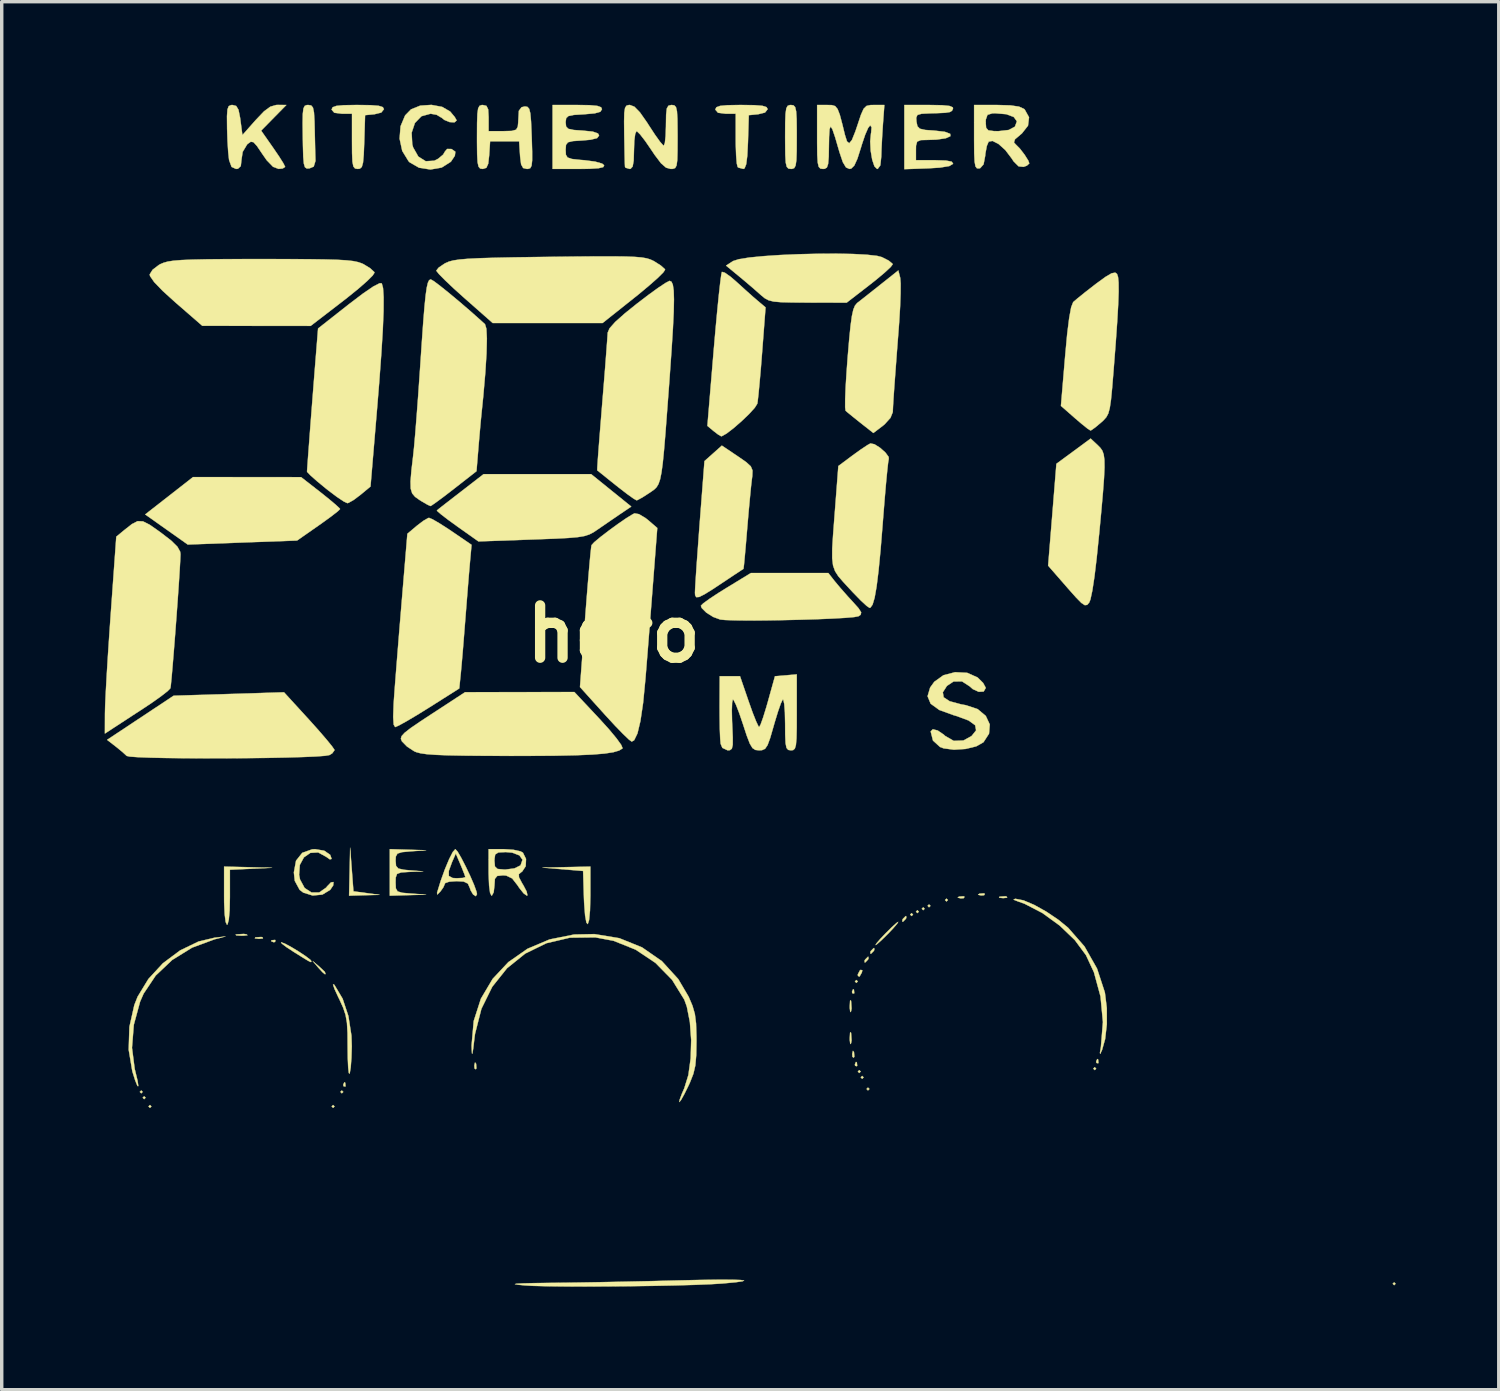
<source format=kicad_pcb>
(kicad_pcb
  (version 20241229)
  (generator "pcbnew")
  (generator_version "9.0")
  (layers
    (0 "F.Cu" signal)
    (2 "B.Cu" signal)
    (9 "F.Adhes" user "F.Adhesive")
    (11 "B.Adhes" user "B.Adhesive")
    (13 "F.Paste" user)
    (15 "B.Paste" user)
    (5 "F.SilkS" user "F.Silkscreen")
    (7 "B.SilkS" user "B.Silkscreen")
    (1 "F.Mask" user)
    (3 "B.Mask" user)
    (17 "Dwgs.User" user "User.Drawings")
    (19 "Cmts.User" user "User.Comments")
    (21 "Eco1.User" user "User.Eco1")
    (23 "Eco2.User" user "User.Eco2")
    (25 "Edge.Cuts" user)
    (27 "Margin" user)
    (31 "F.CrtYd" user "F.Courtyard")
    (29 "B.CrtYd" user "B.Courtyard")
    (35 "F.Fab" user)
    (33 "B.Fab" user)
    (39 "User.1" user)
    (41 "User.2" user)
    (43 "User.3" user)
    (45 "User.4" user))
  (footprint "hero"
    (layer "F.Cu")
    (at 14.822 15.417)
    (property "Reference" "hero" (at 0 0 0) (layer "F.SilkS") (effects (font (size 1.524 1.524) (thickness 0.3))))
    (attr through_hole)
    (fp_poly (pts (xy -13.716 13.335) (xy -13.758 13.377) (xy -13.801 13.335) (xy -13.758 13.293) (xy -13.716 13.335)) (stroke (width 0.01) (type solid)) (fill yes) (layer "F.SilkS"))
    (fp_poly (pts (xy -13.631 13.504) (xy -13.674 13.547) (xy -13.716 13.504) (xy -13.674 13.462) (xy -13.631 13.504)) (stroke (width 0.01) (type solid)) (fill yes) (layer "F.SilkS"))
    (fp_poly (pts (xy -13.462 13.758) (xy -13.504 13.801) (xy -13.547 13.758) (xy -13.504 13.716) (xy -13.462 13.758)) (stroke (width 0.01) (type solid)) (fill yes) (layer "F.SilkS"))
    (fp_poly (pts (xy -8.128 13.758) (xy -8.17 13.801) (xy -8.213 13.758) (xy -8.17 13.716) (xy -8.128 13.758)) (stroke (width 0.01) (type solid)) (fill yes) (layer "F.SilkS"))
    (fp_poly (pts (xy -7.874 13.335) (xy -7.916 13.377) (xy -7.959 13.335) (xy -7.916 13.293) (xy -7.874 13.335)) (stroke (width 0.01) (type solid)) (fill yes) (layer "F.SilkS"))
    (fp_poly (pts (xy 7.112 10.118) (xy 7.07 10.16) (xy 7.027 10.118) (xy 7.07 10.075) (xy 7.112 10.118)) (stroke (width 0.01) (type solid)) (fill yes) (layer "F.SilkS"))
    (fp_poly (pts (xy 7.197 12.742) (xy 7.154 12.785) (xy 7.112 12.742) (xy 7.154 12.7) (xy 7.197 12.742)) (stroke (width 0.01) (type solid)) (fill yes) (layer "F.SilkS"))
    (fp_poly (pts (xy 7.281 12.912) (xy 7.239 12.954) (xy 7.197 12.912) (xy 7.239 12.869) (xy 7.281 12.912)) (stroke (width 0.01) (type solid)) (fill yes) (layer "F.SilkS"))
    (fp_poly (pts (xy 7.451 13.25) (xy 7.408 13.293) (xy 7.366 13.25) (xy 7.408 13.208) (xy 7.451 13.25)) (stroke (width 0.01) (type solid)) (fill yes) (layer "F.SilkS"))
    (fp_poly (pts (xy 8.721 8.17) (xy 8.678 8.213) (xy 8.636 8.17) (xy 8.678 8.128) (xy 8.721 8.17)) (stroke (width 0.01) (type solid)) (fill yes) (layer "F.SilkS"))
    (fp_poly (pts (xy 8.89 8.086) (xy 8.848 8.128) (xy 8.805 8.086) (xy 8.848 8.043) (xy 8.89 8.086)) (stroke (width 0.01) (type solid)) (fill yes) (layer "F.SilkS"))
    (fp_poly (pts (xy 9.059 8.001) (xy 9.017 8.043) (xy 8.975 8.001) (xy 9.017 7.959) (xy 9.059 8.001)) (stroke (width 0.01) (type solid)) (fill yes) (layer "F.SilkS"))
    (fp_poly (pts (xy 9.229 7.916) (xy 9.186 7.959) (xy 9.144 7.916) (xy 9.186 7.874) (xy 9.229 7.916)) (stroke (width 0.01) (type solid)) (fill yes) (layer "F.SilkS"))
    (fp_poly (pts (xy 9.737 7.747) (xy 9.694 7.789) (xy 9.652 7.747) (xy 9.694 7.705) (xy 9.737 7.747)) (stroke (width 0.01) (type solid)) (fill yes) (layer "F.SilkS"))
    (fp_poly (pts (xy 14.055 12.658) (xy 14.012 12.7) (xy 13.97 12.658) (xy 14.012 12.615) (xy 14.055 12.658)) (stroke (width 0.01) (type solid)) (fill yes) (layer "F.SilkS"))
    (fp_poly (pts (xy 22.775 18.923) (xy 22.733 18.965) (xy 22.691 18.923) (xy 22.733 18.881) (xy 22.775 18.923)) (stroke (width 0.01) (type solid)) (fill yes) (layer "F.SilkS"))
    (fp_poly (pts (xy -10.223 8.834) (xy -10.213 8.865) (xy -10.329 8.877) (xy -10.45 8.863) (xy -10.435 8.834) (xy -10.262 8.823) (xy -10.223 8.834)) (stroke (width 0.01) (type solid)) (fill yes) (layer "F.SilkS"))
    (fp_poly (pts (xy -9.85 8.918) (xy -9.861 8.969) (xy -9.906 8.975) (xy -9.976 8.944) (xy -9.962 8.918) (xy -9.862 8.908) (xy -9.85 8.918)) (stroke (width 0.01) (type solid)) (fill yes) (layer "F.SilkS"))
    (fp_poly (pts (xy -7.818 13.067) (xy -7.807 13.167) (xy -7.818 13.18) (xy -7.868 13.168) (xy -7.874 13.123) (xy -7.843 13.054) (xy -7.818 13.067)) (stroke (width 0.01) (type solid)) (fill yes) (layer "F.SilkS"))
    (fp_poly (pts (xy -4.006 12.515) (xy -3.996 12.647) (xy -4.013 12.677) (xy -4.051 12.652) (xy -4.057 12.566) (xy -4.037 12.476) (xy -4.006 12.515)) (stroke (width 0.01) (type solid)) (fill yes) (layer "F.SilkS"))
    (fp_poly (pts (xy 6.999 10.358) (xy 7.009 10.458) (xy 6.999 10.47) (xy 6.949 10.459) (xy 6.943 10.414) (xy 6.974 10.344) (xy 6.999 10.358)) (stroke (width 0.01) (type solid)) (fill yes) (layer "F.SilkS"))
    (fp_poly (pts (xy 7.001 12.176) (xy 7.011 12.308) (xy 6.994 12.338) (xy 6.955 12.313) (xy 6.949 12.227) (xy 6.97 12.137) (xy 7.001 12.176)) (stroke (width 0.01) (type solid)) (fill yes) (layer "F.SilkS"))
    (fp_poly (pts (xy 7.084 12.474) (xy 7.094 12.575) (xy 7.084 12.587) (xy 7.033 12.575) (xy 7.027 12.531) (xy 7.058 12.461) (xy 7.084 12.474)) (stroke (width 0.01) (type solid)) (fill yes) (layer "F.SilkS"))
    (fp_poly (pts (xy 10.222 7.654) (xy 10.196 7.692) (xy 10.111 7.698) (xy 10.02 7.677) (xy 10.059 7.647) (xy 10.192 7.637) (xy 10.222 7.654)) (stroke (width 0.01) (type solid)) (fill yes) (layer "F.SilkS"))
    (fp_poly (pts (xy 10.814 7.569) (xy 10.789 7.607) (xy 10.703 7.613) (xy 10.613 7.593) (xy 10.652 7.562) (xy 10.784 7.552) (xy 10.814 7.569)) (stroke (width 0.01) (type solid)) (fill yes) (layer "F.SilkS"))
    (fp_poly (pts (xy 11.451 7.649) (xy 11.462 7.679) (xy 11.345 7.691) (xy 11.225 7.678) (xy 11.239 7.649) (xy 11.413 7.637) (xy 11.451 7.649)) (stroke (width 0.01) (type solid)) (fill yes) (layer "F.SilkS"))
    (fp_poly (pts (xy 14.111 12.39) (xy 14.121 12.49) (xy 14.111 12.502) (xy 14.061 12.491) (xy 14.055 12.446) (xy 14.086 12.376) (xy 14.111 12.39)) (stroke (width 0.01) (type solid)) (fill yes) (layer "F.SilkS"))
    (fp_poly (pts (xy -8.572 9.686) (xy -8.413 9.836) (xy -8.389 9.902) (xy -8.411 9.906) (xy -8.48 9.849) (xy -8.602 9.716) (xy -8.763 9.525) (xy -8.572 9.686)) (stroke (width 0.01) (type solid)) (fill yes) (layer "F.SilkS"))
    (fp_poly (pts (xy 7.244 9.793) (xy 7.229 9.859) (xy 7.161 9.978) (xy 7.116 9.958) (xy 7.112 9.911) (xy 7.173 9.796) (xy 7.196 9.78) (xy 7.244 9.793)) (stroke (width 0.01) (type solid)) (fill yes) (layer "F.SilkS"))
    (fp_poly (pts (xy -10.689 8.747) (xy -10.663 8.772) (xy -10.78 8.785) (xy -10.837 8.786) (xy -10.991 8.777) (xy -11.01 8.755) (xy -10.986 8.747) (xy -10.771 8.734) (xy -10.689 8.747)) (stroke (width 0.01) (type solid)) (fill yes) (layer "F.SilkS"))
    (fp_poly (pts (xy -7.626 6.858) (xy -7.578 7.493) (xy -7.197 7.544) (xy -6.816 7.595) (xy -7.26 7.607) (xy -7.705 7.62) (xy -7.689 6.921) (xy -7.674 6.223) (xy -7.626 6.858)) (stroke (width 0.01) (type solid)) (fill yes) (layer "F.SilkS"))
    (fp_poly (pts (xy 6.916 10.689) (xy 6.93 10.904) (xy 6.916 10.986) (xy 6.892 11.012) (xy 6.878 10.895) (xy 6.878 10.837) (xy 6.886 10.683) (xy 6.908 10.665) (xy 6.916 10.689)) (stroke (width 0.01) (type solid)) (fill yes) (layer "F.SilkS"))
    (fp_poly (pts (xy 6.916 11.62) (xy 6.93 11.835) (xy 6.916 11.917) (xy 6.892 11.943) (xy 6.878 11.826) (xy 6.878 11.769) (xy 6.886 11.615) (xy 6.908 11.596) (xy 6.916 11.62)) (stroke (width 0.01) (type solid)) (fill yes) (layer "F.SilkS"))
    (fp_poly (pts (xy 7.424 9.453) (xy 7.408 9.483) (xy 7.329 9.564) (xy 7.314 9.567) (xy 7.308 9.513) (xy 7.324 9.483) (xy 7.403 9.402) (xy 7.418 9.398) (xy 7.424 9.453)) (stroke (width 0.01) (type solid)) (fill yes) (layer "F.SilkS"))
    (fp_poly (pts (xy 7.593 9.199) (xy 7.578 9.229) (xy 7.498 9.31) (xy 7.483 9.313) (xy 7.477 9.259) (xy 7.493 9.229) (xy 7.573 9.148) (xy 7.588 9.144) (xy 7.593 9.199)) (stroke (width 0.01) (type solid)) (fill yes) (layer "F.SilkS"))
    (fp_poly (pts (xy 8.525 8.267) (xy 8.509 8.297) (xy 8.429 8.378) (xy 8.414 8.382) (xy 8.409 8.327) (xy 8.424 8.297) (xy 8.504 8.216) (xy 8.519 8.213) (xy 8.525 8.267)) (stroke (width 0.01) (type solid)) (fill yes) (layer "F.SilkS"))
    (fp_poly (pts (xy -0.677 7.62) (xy -0.688 8.053) (xy -0.715 8.33) (xy -0.753 8.448) (xy -0.793 8.405) (xy -0.831 8.199) (xy -0.859 7.828) (xy -0.865 7.684) (xy -0.889 6.9) (xy -2.074 6.803) (xy -0.677 6.773) (xy -0.677 7.62)) (stroke (width 0.01) (type solid)) (fill yes) (layer "F.SilkS"))
    (fp_poly (pts (xy 8.259 8.436) (xy 8.138 8.576) (xy 8.001 8.721) (xy 7.813 8.906) (xy 7.675 9.029) (xy 7.628 9.059) (xy 7.658 9.005) (xy 7.779 8.865) (xy 7.916 8.721) (xy 8.104 8.535) (xy 8.242 8.412) (xy 8.289 8.382) (xy 8.259 8.436)) (stroke (width 0.01) (type solid)) (fill yes) (layer "F.SilkS"))
    (fp_poly (pts (xy -9.948 6.807) (xy -10.562 6.836) (xy -11.176 6.865) (xy -11.176 7.666) (xy -11.184 8.044) (xy -11.208 8.316) (xy -11.244 8.454) (xy -11.261 8.467) (xy -11.3 8.386) (xy -11.328 8.161) (xy -11.344 7.815) (xy -11.345 7.62) (xy -11.345 6.773) (xy -9.948 6.807)) (stroke (width 0.01) (type solid)) (fill yes) (layer "F.SilkS"))
    (fp_poly (pts (xy -9.575 9.016) (xy -9.384 9.119) (xy -9.163 9.253) (xy -8.962 9.387) (xy -8.83 9.489) (xy -8.805 9.523) (xy -8.806 9.55) (xy -8.831 9.551) (xy -8.91 9.509) (xy -9.074 9.409) (xy -9.31 9.262) (xy -9.531 9.117) (xy -9.666 9.014) (xy -9.686 8.975) (xy -9.575 9.016)) (stroke (width 0.01) (type solid)) (fill yes) (layer "F.SilkS"))
    (fp_poly (pts (xy -10.676 -4.571) (xy -9.102 -4.57) (xy -8.534 -4.127) (xy -8.277 -3.921) (xy -8.081 -3.755) (xy -7.976 -3.656) (xy -7.967 -3.641) (xy -8.032 -3.577) (xy -8.206 -3.441) (xy -8.457 -3.258) (xy -8.594 -3.161) (xy -9.22 -2.724) (xy -10.812 -2.666) (xy -12.404 -2.607) (xy -13.023 -3.045) (xy -13.643 -3.484) (xy -12.25 -4.572) (xy -10.676 -4.571)) (stroke (width 0.01) (type solid)) (fill yes) (layer "F.SilkS"))
    (fp_poly (pts (xy -8.127 10.227) (xy -7.893 10.62) (xy -7.725 11.126) (xy -7.636 11.697) (xy -7.626 12.005) (xy -7.636 12.338) (xy -7.657 12.618) (xy -7.685 12.79) (xy -7.689 12.803) (xy -7.712 12.785) (xy -7.731 12.625) (xy -7.743 12.351) (xy -7.747 12.038) (xy -7.75 11.622) (xy -7.767 11.324) (xy -7.807 11.094) (xy -7.878 10.881) (xy -7.99 10.634) (xy -8.017 10.581) (xy -8.129 10.337) (xy -8.174 10.207) (xy -8.145 10.206) (xy -8.127 10.227)) (stroke (width 0.01) (type solid)) (fill yes) (layer "F.SilkS"))
    (fp_poly (pts (xy -8.809 -15.396) (xy -8.757 -15.334) (xy -8.727 -15.19) (xy -8.712 -14.932) (xy -8.706 -14.69) (xy -8.698 -14.334) (xy -8.691 -14.024) (xy -8.685 -13.814) (xy -8.684 -13.78) (xy -8.735 -13.615) (xy -8.859 -13.563) (xy -8.938 -13.56) (xy -8.99 -13.596) (xy -9.022 -13.701) (xy -9.04 -13.901) (xy -9.049 -14.227) (xy -9.053 -14.473) (xy -9.058 -14.882) (xy -9.053 -15.15) (xy -9.034 -15.308) (xy -8.996 -15.384) (xy -8.934 -15.408) (xy -8.894 -15.409) (xy -8.809 -15.396)) (stroke (width 0.01) (type solid)) (fill yes) (layer "F.SilkS"))
    (fp_poly (pts (xy -5.461 6.297) (xy -5.905 6.328) (xy -6.164 6.352) (xy -6.296 6.394) (xy -6.344 6.482) (xy -6.35 6.604) (xy -6.337 6.753) (xy -6.269 6.83) (xy -6.102 6.866) (xy -5.948 6.88) (xy -5.546 6.912) (xy -5.948 6.927) (xy -6.19 6.943) (xy -6.308 6.986) (xy -6.347 7.093) (xy -6.35 7.235) (xy -6.343 7.405) (xy -6.293 7.495) (xy -6.158 7.536) (xy -5.905 7.558) (xy -5.461 7.589) (xy -6.519 7.62) (xy -6.519 6.265) (xy -5.461 6.297)) (stroke (width 0.01) (type solid)) (fill yes) (layer "F.SilkS"))
    (fp_poly (pts (xy 5.239 -15.399) (xy 5.287 -15.347) (xy 5.316 -15.225) (xy 5.33 -15.004) (xy 5.334 -14.654) (xy 5.334 -14.478) (xy 5.332 -14.07) (xy 5.323 -13.803) (xy 5.3 -13.646) (xy 5.26 -13.571) (xy 5.197 -13.548) (xy 5.165 -13.547) (xy 5.091 -13.557) (xy 5.042 -13.609) (xy 5.013 -13.731) (xy 5 -13.952) (xy 4.996 -14.302) (xy 4.995 -14.478) (xy 4.997 -14.886) (xy 5.007 -15.153) (xy 5.029 -15.31) (xy 5.069 -15.385) (xy 5.133 -15.408) (xy 5.165 -15.409) (xy 5.239 -15.399)) (stroke (width 0.01) (type solid)) (fill yes) (layer "F.SilkS"))
    (fp_poly (pts (xy -11.624 8.891) (xy -12.277 9.133) (xy -12.857 9.492) (xy -13.337 9.946) (xy -13.69 10.474) (xy -13.792 10.707) (xy -13.975 11.381) (xy -14.028 12.051) (xy -13.948 12.671) (xy -13.94 12.7) (xy -13.865 13.011) (xy -13.843 13.166) (xy -13.868 13.164) (xy -13.935 13) (xy -14.018 12.737) (xy -14.124 12.106) (xy -14.103 11.441) (xy -13.96 10.805) (xy -13.864 10.562) (xy -13.55 10.046) (xy -13.126 9.587) (xy -12.626 9.214) (xy -12.089 8.955) (xy -11.623 8.844) (xy -11.303 8.808) (xy -11.624 8.891)) (stroke (width 0.01) (type solid)) (fill yes) (layer "F.SilkS"))
    (fp_poly (pts (xy -0.07 -4.185) (xy 0.514 -3.713) (xy 0.193 -3.497) (xy -0.088 -3.305) (xy -0.392 -3.096) (xy -0.466 -3.045) (xy -0.59 -2.962) (xy -0.71 -2.9) (xy -0.852 -2.855) (xy -1.044 -2.823) (xy -1.315 -2.799) (xy -1.691 -2.779) (xy -2.201 -2.76) (xy -2.371 -2.754) (xy -3.937 -2.698) (xy -4.556 -3.136) (xy -4.826 -3.332) (xy -5.03 -3.489) (xy -5.139 -3.584) (xy -5.148 -3.6) (xy -5.075 -3.66) (xy -4.897 -3.799) (xy -4.644 -3.995) (xy -4.455 -4.141) (xy -3.788 -4.657) (xy -0.654 -4.657) (xy -0.07 -4.185)) (stroke (width 0.01) (type solid)) (fill yes) (layer "F.SilkS"))
    (fp_poly (pts (xy 14.102 -5.499) (xy 14.177 -5.423) (xy 14.234 -5.341) (xy 14.273 -5.232) (xy 14.294 -5.077) (xy 14.297 -4.855) (xy 14.283 -4.546) (xy 14.252 -4.13) (xy 14.204 -3.585) (xy 14.139 -2.893) (xy 14.138 -2.888) (xy 14.07 -2.221) (xy 14.005 -1.676) (xy 13.943 -1.268) (xy 13.887 -1.007) (xy 13.852 -0.918) (xy 13.792 -0.85) (xy 13.724 -0.841) (xy 13.623 -0.907) (xy 13.465 -1.068) (xy 13.225 -1.338) (xy 13.196 -1.372) (xy 12.655 -1.992) (xy 12.776 -3.475) (xy 12.896 -4.959) (xy 13.395 -5.326) (xy 13.894 -5.694) (xy 14.102 -5.499)) (stroke (width 0.01) (type solid)) (fill yes) (layer "F.SilkS"))
    (fp_poly (pts (xy -7.076 -15.404) (xy -6.842 -15.385) (xy -6.722 -15.347) (xy -6.689 -15.288) (xy -6.767 -15.189) (xy -6.964 -15.14) (xy -7.239 -15.113) (xy -7.263 -14.33) (xy -7.278 -13.961) (xy -7.299 -13.73) (xy -7.334 -13.605) (xy -7.39 -13.555) (xy -7.454 -13.547) (xy -7.531 -13.56) (xy -7.58 -13.619) (xy -7.607 -13.757) (xy -7.618 -14.003) (xy -7.62 -14.351) (xy -7.62 -15.155) (xy -7.916 -15.155) (xy -8.136 -15.183) (xy -8.212 -15.271) (xy -8.213 -15.282) (xy -8.183 -15.344) (xy -8.075 -15.383) (xy -7.859 -15.403) (xy -7.506 -15.409) (xy -7.451 -15.409) (xy -7.076 -15.404)) (stroke (width 0.01) (type solid)) (fill yes) (layer "F.SilkS"))
    (fp_poly (pts (xy 4.1 -15.404) (xy 4.334 -15.385) (xy 4.454 -15.347) (xy 4.487 -15.288) (xy 4.409 -15.189) (xy 4.212 -15.14) (xy 3.937 -15.113) (xy 3.913 -14.33) (xy 3.893 -13.932) (xy 3.861 -13.683) (xy 3.814 -13.564) (xy 3.779 -13.547) (xy 3.636 -13.585) (xy 3.612 -13.603) (xy 3.587 -13.708) (xy 3.568 -13.94) (xy 3.557 -14.257) (xy 3.556 -14.407) (xy 3.556 -15.155) (xy 3.26 -15.155) (xy 3.04 -15.183) (xy 2.964 -15.271) (xy 2.963 -15.282) (xy 2.993 -15.344) (xy 3.101 -15.383) (xy 3.317 -15.403) (xy 3.67 -15.409) (xy 3.725 -15.409) (xy 4.1 -15.404)) (stroke (width 0.01) (type solid)) (fill yes) (layer "F.SilkS"))
    (fp_poly (pts (xy 11.937 7.756) (xy 12.249 7.888) (xy 12.602 8.085) (xy 12.954 8.322) (xy 13.236 8.553) (xy 13.713 9.097) (xy 14.079 9.741) (xy 14.306 10.434) (xy 14.31 10.455) (xy 14.364 10.893) (xy 14.365 11.363) (xy 14.315 11.798) (xy 14.226 12.113) (xy 14.173 12.227) (xy 14.163 12.199) (xy 14.192 12.027) (xy 14.251 11.3) (xy 14.181 10.557) (xy 13.989 9.85) (xy 13.758 9.353) (xy 13.432 8.913) (xy 12.991 8.49) (xy 12.485 8.123) (xy 11.966 7.854) (xy 11.769 7.784) (xy 11.647 7.736) (xy 11.69 7.713) (xy 11.71 7.712) (xy 11.937 7.756)) (stroke (width 0.01) (type solid)) (fill yes) (layer "F.SilkS"))
    (fp_poly (pts (xy -8.864 2.501) (xy -8.588 2.809) (xy -8.359 3.075) (xy -8.199 3.272) (xy -8.129 3.374) (xy -8.128 3.38) (xy -8.194 3.473) (xy -8.276 3.524) (xy -8.404 3.546) (xy -8.674 3.566) (xy -9.061 3.582) (xy -9.541 3.596) (xy -10.09 3.607) (xy -10.684 3.614) (xy -11.3 3.618) (xy -11.912 3.619) (xy -12.498 3.616) (xy -13.033 3.61) (xy -13.493 3.6) (xy -13.854 3.586) (xy -14.092 3.569) (xy -14.182 3.549) (xy -14.303 3.438) (xy -14.487 3.287) (xy -14.509 3.27) (xy -14.753 3.081) (xy -12.815 1.796) (xy -11.207 1.746) (xy -9.6 1.696) (xy -8.864 2.501)) (stroke (width 0.01) (type solid)) (fill yes) (layer "F.SilkS"))
    (fp_poly (pts (xy 6.435 -1.545) (xy 6.6 -1.348) (xy 6.819 -1.099) (xy 6.951 -0.956) (xy 7.133 -0.753) (xy 7.21 -0.633) (xy 7.195 -0.562) (xy 7.131 -0.518) (xy 7.007 -0.495) (xy 6.744 -0.472) (xy 6.372 -0.451) (xy 5.921 -0.432) (xy 5.421 -0.417) (xy 4.903 -0.405) (xy 4.397 -0.397) (xy 3.932 -0.395) (xy 3.539 -0.399) (xy 3.249 -0.409) (xy 3.105 -0.423) (xy 2.899 -0.499) (xy 2.699 -0.625) (xy 2.565 -0.759) (xy 2.541 -0.825) (xy 2.609 -0.893) (xy 2.792 -1.026) (xy 3.059 -1.202) (xy 3.27 -1.333) (xy 3.999 -1.778) (xy 6.253 -1.778) (xy 6.435 -1.545)) (stroke (width 0.01) (type solid)) (fill yes) (layer "F.SilkS"))
    (fp_poly (pts (xy -8.429 6.31) (xy -8.256 6.429) (xy -8.213 6.549) (xy -8.264 6.563) (xy -8.368 6.49) (xy -8.605 6.36) (xy -8.832 6.373) (xy -9.02 6.503) (xy -9.14 6.724) (xy -9.161 7.013) (xy -9.134 7.148) (xy -8.999 7.397) (xy -8.799 7.527) (xy -8.576 7.527) (xy -8.373 7.385) (xy -8.346 7.35) (xy -8.233 7.233) (xy -8.159 7.222) (xy -8.166 7.319) (xy -8.255 7.45) (xy -8.482 7.588) (xy -8.766 7.615) (xy -9.038 7.531) (xy -9.144 7.451) (xy -9.286 7.189) (xy -9.313 6.943) (xy -9.25 6.601) (xy -9.069 6.372) (xy -8.781 6.27) (xy -8.695 6.265) (xy -8.429 6.31)) (stroke (width 0.01) (type solid)) (fill yes) (layer "F.SilkS"))
    (fp_poly (pts (xy 3.239 -10.525) (xy 3.405 -10.408) (xy 3.572 -10.264) (xy 3.824 -10.035) (xy 4.067 -9.818) (xy 4.181 -9.72) (xy 4.425 -9.514) (xy 4.325 -8.207) (xy 4.288 -7.74) (xy 4.251 -7.321) (xy 4.219 -6.984) (xy 4.194 -6.765) (xy 4.185 -6.71) (xy 4.11 -6.59) (xy 3.944 -6.408) (xy 3.726 -6.199) (xy 3.495 -5.998) (xy 3.291 -5.841) (xy 3.152 -5.763) (xy 3.133 -5.76) (xy 3.044 -5.811) (xy 2.911 -5.913) (xy 2.731 -6.063) (xy 2.916 -8.279) (xy 2.968 -8.874) (xy 3.018 -9.413) (xy 3.064 -9.873) (xy 3.104 -10.231) (xy 3.135 -10.464) (xy 3.154 -10.549) (xy 3.239 -10.525)) (stroke (width 0.01) (type solid)) (fill yes) (layer "F.SilkS"))
    (fp_poly (pts (xy 6.968 -11.07) (xy 7.377 -11.048) (xy 7.678 -11.014) (xy 7.811 -10.979) (xy 8.01 -10.878) (xy 8.12 -10.788) (xy 8.128 -10.768) (xy 8.065 -10.686) (xy 7.895 -10.528) (xy 7.648 -10.321) (xy 7.458 -10.171) (xy 6.787 -9.652) (xy 5.658 -9.654) (xy 5.201 -9.657) (xy 4.88 -9.665) (xy 4.662 -9.684) (xy 4.514 -9.721) (xy 4.403 -9.78) (xy 4.297 -9.867) (xy 4.274 -9.887) (xy 4.056 -10.079) (xy 3.787 -10.308) (xy 3.647 -10.424) (xy 3.275 -10.731) (xy 3.479 -10.864) (xy 3.648 -10.918) (xy 3.954 -10.967) (xy 4.369 -11.007) (xy 4.859 -11.04) (xy 5.396 -11.063) (xy 5.946 -11.076) (xy 6.481 -11.079) (xy 6.968 -11.07)) (stroke (width 0.01) (type solid)) (fill yes) (layer "F.SilkS"))
    (fp_poly (pts (xy 3.443 18.805) (xy 3.696 18.813) (xy 3.801 18.829) (xy 3.755 18.851) (xy 3.55 18.88) (xy 3.182 18.914) (xy 3.175 18.915) (xy 2.832 18.936) (xy 2.362 18.955) (xy 1.796 18.971) (xy 1.163 18.984) (xy 0.494 18.994) (xy -0.182 19) (xy -0.835 19.003) (xy -1.433 19.001) (xy -1.949 18.995) (xy -2.351 18.984) (xy -2.582 18.971) (xy -2.789 18.951) (xy -2.876 18.934) (xy -2.833 18.922) (xy -2.651 18.912) (xy -2.321 18.904) (xy -1.833 18.897) (xy -1.693 18.896) (xy -1.113 18.889) (xy -0.419 18.877) (xy 0.333 18.862) (xy 1.086 18.846) (xy 1.787 18.828) (xy 1.863 18.826) (xy 2.521 18.811) (xy 3.05 18.804) (xy 3.443 18.805)) (stroke (width 0.01) (type solid)) (fill yes) (layer "F.SilkS"))
    (fp_poly (pts (xy -6.753 -10.214) (xy -6.716 -10.078) (xy -6.699 -9.812) (xy -6.701 -9.408) (xy -6.723 -8.861) (xy -6.766 -8.164) (xy -6.829 -7.309) (xy -6.889 -6.572) (xy -7.081 -4.297) (xy -7.372 -4.056) (xy -7.568 -3.908) (xy -7.719 -3.822) (xy -7.754 -3.812) (xy -7.859 -3.861) (xy -8.057 -3.993) (xy -8.31 -4.183) (xy -8.389 -4.246) (xy -8.639 -4.452) (xy -8.828 -4.62) (xy -8.924 -4.72) (xy -8.93 -4.733) (xy -8.92 -4.877) (xy -8.9 -5.157) (xy -8.871 -5.541) (xy -8.837 -5.996) (xy -8.799 -6.489) (xy -8.76 -6.989) (xy -8.723 -7.462) (xy -8.705 -7.689) (xy -8.608 -8.9) (xy -7.712 -9.605) (xy -7.3 -9.918) (xy -7 -10.123) (xy -6.814 -10.218) (xy -6.753 -10.214)) (stroke (width 0.01) (type solid)) (fill yes) (layer "F.SilkS"))
    (fp_poly (pts (xy -0.407 2.474) (xy -0.135 2.774) (xy 0.08 3.033) (xy 0.219 3.225) (xy 0.262 3.325) (xy 0.26 3.33) (xy 0.161 3.392) (xy -0.009 3.442) (xy -0.266 3.481) (xy -0.623 3.51) (xy -1.096 3.53) (xy -1.7 3.543) (xy -2.449 3.548) (xy -3.006 3.549) (xy -3.756 3.546) (xy -4.356 3.541) (xy -4.823 3.532) (xy -5.178 3.518) (xy -5.438 3.499) (xy -5.622 3.473) (xy -5.749 3.439) (xy -5.806 3.415) (xy -6.017 3.277) (xy -6.166 3.125) (xy -6.167 3.123) (xy -6.197 3.05) (xy -6.176 2.973) (xy -6.087 2.875) (xy -5.909 2.736) (xy -5.622 2.54) (xy -5.297 2.327) (xy -4.326 1.693) (xy -2.735 1.691) (xy -1.143 1.688) (xy -0.407 2.474)) (stroke (width 0.01) (type solid)) (fill yes) (layer "F.SilkS"))
    (fp_poly (pts (xy 0.739 -3.492) (xy 0.927 -3.38) (xy 0.997 -3.325) (xy 1.271 -3.09) (xy 1.15 -1.524) (xy 1.102 -0.904) (xy 1.049 -0.226) (xy 0.996 0.444) (xy 0.948 1.044) (xy 0.926 1.312) (xy 0.859 2.003) (xy 0.781 2.531) (xy 0.694 2.895) (xy 0.597 3.094) (xy 0.527 3.133) (xy 0.445 3.073) (xy 0.275 2.91) (xy 0.041 2.669) (xy -0.233 2.372) (xy -0.264 2.338) (xy -0.98 1.543) (xy -0.829 -0.477) (xy -0.785 -1.048) (xy -0.743 -1.564) (xy -0.706 -2) (xy -0.675 -2.333) (xy -0.652 -2.538) (xy -0.643 -2.591) (xy -0.562 -2.678) (xy -0.381 -2.829) (xy -0.138 -3.015) (xy 0.125 -3.207) (xy 0.369 -3.375) (xy 0.555 -3.489) (xy 0.61 -3.516) (xy 0.739 -3.492)) (stroke (width 0.01) (type solid)) (fill yes) (layer "F.SilkS"))
    (fp_poly (pts (xy 3.614 -5.179) (xy 3.861 -5.008) (xy 3.995 -4.885) (xy 4.045 -4.765) (xy 4.039 -4.604) (xy 4.029 -4.53) (xy 4.004 -4.317) (xy 3.971 -3.98) (xy 3.932 -3.563) (xy 3.893 -3.109) (xy 3.888 -3.048) (xy 3.853 -2.63) (xy 3.822 -2.28) (xy 3.798 -2.028) (xy 3.783 -1.906) (xy 3.781 -1.899) (xy 3.71 -1.853) (xy 3.534 -1.737) (xy 3.29 -1.574) (xy 3.26 -1.554) (xy 2.894 -1.311) (xy 2.644 -1.156) (xy 2.49 -1.08) (xy 2.407 -1.074) (xy 2.374 -1.129) (xy 2.369 -1.204) (xy 2.375 -1.343) (xy 2.392 -1.624) (xy 2.418 -2.017) (xy 2.453 -2.496) (xy 2.492 -3.032) (xy 2.506 -3.217) (xy 2.646 -5.038) (xy 2.899 -5.263) (xy 3.152 -5.489) (xy 3.614 -5.179)) (stroke (width 0.01) (type solid)) (fill yes) (layer "F.SilkS"))
    (fp_poly (pts (xy 7.598 -5.528) (xy 7.761 -5.425) (xy 7.916 -5.287) (xy 8.01 -5.159) (xy 8.014 -5.101) (xy 7.996 -5.001) (xy 7.969 -4.758) (xy 7.934 -4.397) (xy 7.895 -3.944) (xy 7.853 -3.424) (xy 7.837 -3.217) (xy 7.775 -2.452) (xy 7.716 -1.845) (xy 7.659 -1.384) (xy 7.602 -1.059) (xy 7.542 -0.857) (xy 7.479 -0.769) (xy 7.455 -0.762) (xy 7.368 -0.821) (xy 7.199 -0.977) (xy 6.978 -1.204) (xy 6.865 -1.325) (xy 6.681 -1.525) (xy 6.544 -1.684) (xy 6.449 -1.832) (xy 6.391 -1.997) (xy 6.366 -2.207) (xy 6.367 -2.491) (xy 6.391 -2.876) (xy 6.43 -3.393) (xy 6.447 -3.611) (xy 6.545 -4.894) (xy 6.958 -5.202) (xy 7.197 -5.374) (xy 7.391 -5.503) (xy 7.48 -5.552) (xy 7.598 -5.528)) (stroke (width 0.01) (type solid)) (fill yes) (layer "F.SilkS"))
    (fp_poly (pts (xy 14.661 -10.489) (xy 14.691 -10.402) (xy 14.707 -10.235) (xy 14.709 -9.975) (xy 14.696 -9.606) (xy 14.668 -9.114) (xy 14.624 -8.484) (xy 14.563 -7.701) (xy 14.56 -7.662) (xy 14.52 -7.174) (xy 14.486 -6.825) (xy 14.451 -6.586) (xy 14.408 -6.425) (xy 14.349 -6.315) (xy 14.267 -6.224) (xy 14.196 -6.16) (xy 14.023 -6.015) (xy 13.906 -5.934) (xy 13.889 -5.928) (xy 13.806 -5.981) (xy 13.636 -6.117) (xy 13.436 -6.288) (xy 13.028 -6.646) (xy 13.151 -8.103) (xy 13.21 -8.74) (xy 13.269 -9.211) (xy 13.326 -9.519) (xy 13.384 -9.667) (xy 13.389 -9.672) (xy 13.509 -9.775) (xy 13.722 -9.947) (xy 13.987 -10.153) (xy 14.042 -10.196) (xy 14.323 -10.401) (xy 14.503 -10.507) (xy 14.61 -10.527) (xy 14.661 -10.489)) (stroke (width 0.01) (type solid)) (fill yes) (layer "F.SilkS"))
    (fp_poly (pts (xy -9.49 -10.921) (xy -8.886 -10.918) (xy -8.412 -10.911) (xy -8.05 -10.901) (xy -7.781 -10.885) (xy -7.584 -10.863) (xy -7.442 -10.833) (xy -7.334 -10.796) (xy -7.286 -10.774) (xy -7.09 -10.654) (xy -6.973 -10.546) (xy -6.964 -10.527) (xy -7.017 -10.443) (xy -7.182 -10.279) (xy -7.436 -10.057) (xy -7.757 -9.797) (xy -7.879 -9.702) (xy -8.824 -8.975) (xy -10.402 -8.976) (xy -11.98 -8.978) (xy -12.756 -9.652) (xy -13.13 -9.991) (xy -13.381 -10.251) (xy -13.502 -10.425) (xy -13.512 -10.476) (xy -13.429 -10.609) (xy -13.248 -10.748) (xy -13.202 -10.774) (xy -13.105 -10.815) (xy -12.983 -10.849) (xy -12.817 -10.874) (xy -12.587 -10.893) (xy -12.275 -10.906) (xy -11.861 -10.915) (xy -11.326 -10.92) (xy -10.651 -10.922) (xy -10.245 -10.922) (xy -9.49 -10.921)) (stroke (width 0.01) (type solid)) (fill yes) (layer "F.SilkS"))
    (fp_poly (pts (xy -5.271 -3.341) (xy -5.067 -3.222) (xy -4.801 -3.051) (xy -4.715 -2.993) (xy -4.138 -2.599) (xy -4.185 -2.083) (xy -4.21 -1.797) (xy -4.243 -1.394) (xy -4.28 -0.928) (xy -4.318 -0.449) (xy -4.32 -0.423) (xy -4.357 0.044) (xy -4.393 0.492) (xy -4.426 0.872) (xy -4.45 1.135) (xy -4.452 1.152) (xy -4.496 1.584) (xy -5.385 2.147) (xy -5.732 2.362) (xy -6.031 2.539) (xy -6.251 2.661) (xy -6.362 2.709) (xy -6.364 2.709) (xy -6.406 2.637) (xy -6.42 2.414) (xy -6.407 2.034) (xy -6.397 1.884) (xy -6.373 1.552) (xy -6.337 1.09) (xy -6.293 0.536) (xy -6.244 -0.074) (xy -6.192 -0.699) (xy -6.173 -0.931) (xy -6.007 -2.921) (xy -5.734 -3.152) (xy -5.545 -3.296) (xy -5.403 -3.378) (xy -5.376 -3.385) (xy -5.271 -3.341)) (stroke (width 0.01) (type solid)) (fill yes) (layer "F.SilkS"))
    (fp_poly (pts (xy 0.349 -10.996) (xy 0.621 -10.985) (xy 0.82 -10.968) (xy 0.963 -10.943) (xy 1.07 -10.91) (xy 1.161 -10.868) (xy 1.181 -10.857) (xy 1.374 -10.734) (xy 1.49 -10.631) (xy 1.5 -10.613) (xy 1.447 -10.533) (xy 1.284 -10.371) (xy 1.032 -10.149) (xy 0.717 -9.886) (xy 0.603 -9.795) (xy -0.322 -9.059) (xy -3.522 -9.059) (xy -4.343 -9.783) (xy -4.651 -10.06) (xy -4.906 -10.301) (xy -5.085 -10.482) (xy -5.163 -10.579) (xy -5.165 -10.585) (xy -5.097 -10.672) (xy -4.93 -10.786) (xy -4.889 -10.808) (xy -4.794 -10.849) (xy -4.667 -10.882) (xy -4.489 -10.909) (xy -4.242 -10.93) (xy -3.908 -10.947) (xy -3.467 -10.96) (xy -2.901 -10.972) (xy -2.192 -10.982) (xy -1.863 -10.986) (xy -1.103 -10.995) (xy -0.494 -11) (xy -0.017 -11) (xy 0.349 -10.996)) (stroke (width 0.01) (type solid)) (fill yes) (layer "F.SilkS"))
    (fp_poly (pts (xy 8.347 -10.374) (xy 8.36 -10.214) (xy 8.358 -9.922) (xy 8.344 -9.535) (xy 8.317 -9.088) (xy 8.304 -8.91) (xy 8.249 -8.196) (xy 8.207 -7.633) (xy 8.175 -7.201) (xy 8.153 -6.881) (xy 8.139 -6.655) (xy 8.132 -6.504) (xy 8.131 -6.466) (xy 8.063 -6.297) (xy 7.893 -6.109) (xy 7.847 -6.071) (xy 7.565 -5.856) (xy 7.19 -6.151) (xy 6.974 -6.324) (xy 6.812 -6.456) (xy 6.756 -6.505) (xy 6.743 -6.604) (xy 6.744 -6.844) (xy 6.758 -7.195) (xy 6.785 -7.63) (xy 6.815 -8.041) (xy 6.861 -8.584) (xy 6.901 -8.983) (xy 6.94 -9.263) (xy 6.981 -9.449) (xy 7.029 -9.566) (xy 7.089 -9.638) (xy 7.102 -9.649) (xy 7.249 -9.764) (xy 7.482 -9.948) (xy 7.752 -10.162) (xy 7.781 -10.185) (xy 8.292 -10.591) (xy 8.347 -10.374)) (stroke (width 0.01) (type solid)) (fill yes) (layer "F.SilkS"))
    (fp_poly (pts (xy -13.707 -3.282) (xy -13.511 -3.183) (xy -13.23 -2.986) (xy -13.186 -2.954) (xy -12.883 -2.72) (xy -12.704 -2.543) (xy -12.625 -2.4) (xy -12.615 -2.328) (xy -12.622 -2.157) (xy -12.639 -1.859) (xy -12.664 -1.465) (xy -12.696 -1.005) (xy -12.732 -0.508) (xy -12.77 -0.003) (xy -12.808 0.478) (xy -12.843 0.907) (xy -12.873 1.254) (xy -12.896 1.488) (xy -12.909 1.578) (xy -12.99 1.662) (xy -13.182 1.812) (xy -13.455 2.006) (xy -13.683 2.158) (xy -14.015 2.374) (xy -14.313 2.569) (xy -14.536 2.714) (xy -14.621 2.77) (xy -14.817 2.898) (xy -14.815 2.317) (xy -14.809 2.074) (xy -14.791 1.692) (xy -14.764 1.201) (xy -14.729 0.63) (xy -14.688 0.009) (xy -14.649 -0.55) (xy -14.485 -2.836) (xy -14.249 -3.031) (xy -14.03 -3.203) (xy -13.865 -3.288) (xy -13.707 -3.282)) (stroke (width 0.01) (type solid)) (fill yes) (layer "F.SilkS"))
    (fp_poly (pts (xy 9.563 -15.403) (xy 9.784 -15.381) (xy 9.88 -15.34) (xy 9.885 -15.303) (xy 9.855 -15.24) (xy 9.792 -15.203) (xy 9.658 -15.182) (xy 9.413 -15.171) (xy 9.223 -15.166) (xy 8.971 -15.154) (xy 8.848 -15.119) (xy 8.813 -15.036) (xy 8.821 -14.922) (xy 8.848 -14.791) (xy 8.919 -14.718) (xy 9.076 -14.682) (xy 9.335 -14.664) (xy 9.647 -14.628) (xy 9.803 -14.569) (xy 9.81 -14.502) (xy 9.676 -14.441) (xy 9.41 -14.401) (xy 9.179 -14.393) (xy 8.948 -14.387) (xy 8.84 -14.342) (xy 8.807 -14.223) (xy 8.805 -14.097) (xy 8.805 -13.801) (xy 9.363 -13.801) (xy 9.678 -13.791) (xy 9.846 -13.759) (xy 9.887 -13.702) (xy 9.885 -13.695) (xy 9.776 -13.63) (xy 9.501 -13.585) (xy 9.158 -13.564) (xy 8.467 -13.54) (xy 8.467 -15.409) (xy 9.193 -15.409) (xy 9.563 -15.403)) (stroke (width 0.01) (type solid)) (fill yes) (layer "F.SilkS"))
    (fp_poly (pts (xy -4.994 -15.354) (xy -4.761 -15.219) (xy -4.756 -15.213) (xy -4.628 -15.06) (xy -4.572 -14.961) (xy -4.572 -14.959) (xy -4.636 -14.903) (xy -4.779 -14.912) (xy -4.932 -14.975) (xy -4.995 -15.028) (xy -5.155 -15.124) (xy -5.331 -15.155) (xy -5.597 -15.082) (xy -5.788 -14.885) (xy -5.883 -14.601) (xy -5.865 -14.266) (xy -5.84 -14.175) (xy -5.688 -13.906) (xy -5.472 -13.771) (xy -5.223 -13.786) (xy -5.111 -13.843) (xy -4.965 -13.965) (xy -4.911 -14.057) (xy -4.849 -14.129) (xy -4.722 -14.127) (xy -4.612 -14.051) (xy -4.61 -14.048) (xy -4.624 -13.931) (xy -4.732 -13.768) (xy -4.747 -13.752) (xy -5.008 -13.587) (xy -5.335 -13.53) (xy -5.668 -13.582) (xy -5.942 -13.74) (xy -5.971 -13.769) (xy -6.157 -14.072) (xy -6.234 -14.43) (xy -6.205 -14.791) (xy -6.073 -15.105) (xy -5.901 -15.282) (xy -5.633 -15.39) (xy -5.307 -15.412) (xy -4.994 -15.354)) (stroke (width 0.01) (type solid)) (fill yes) (layer "F.SilkS"))
    (fp_poly (pts (xy -4.545 6.336) (xy -4.437 6.52) (xy -4.307 6.773) (xy -4.175 7.05) (xy -4.063 7.309) (xy -3.993 7.505) (xy -3.979 7.576) (xy -4.015 7.635) (xy -4.092 7.585) (xy -4.166 7.461) (xy -4.183 7.408) (xy -4.244 7.269) (xy -4.367 7.209) (xy -4.574 7.197) (xy -4.785 7.212) (xy -4.902 7.25) (xy -4.911 7.265) (xy -4.959 7.377) (xy -5.045 7.498) (xy -5.135 7.588) (xy -5.143 7.535) (xy -5.035 7.185) (xy -4.933 6.903) (xy -4.802 6.903) (xy -4.799 7.046) (xy -4.688 7.105) (xy -4.572 7.112) (xy -4.393 7.103) (xy -4.318 7.08) (xy -4.318 7.08) (xy -4.348 6.99) (xy -4.423 6.801) (xy -4.457 6.72) (xy -4.597 6.392) (xy -4.708 6.646) (xy -4.802 6.903) (xy -4.933 6.903) (xy -4.912 6.845) (xy -4.79 6.554) (xy -4.685 6.348) (xy -4.613 6.266) (xy -4.61 6.265) (xy -4.545 6.336)) (stroke (width 0.01) (type solid)) (fill yes) (layer "F.SilkS"))
    (fp_poly (pts (xy -0.696 -15.404) (xy -0.475 -15.383) (xy -0.365 -15.343) (xy -0.339 -15.286) (xy -0.387 -15.212) (xy -0.549 -15.166) (xy -0.852 -15.139) (xy -0.868 -15.138) (xy -1.157 -15.12) (xy -1.315 -15.088) (xy -1.382 -15.026) (xy -1.397 -14.915) (xy -1.397 -14.901) (xy -1.384 -14.781) (xy -1.319 -14.715) (xy -1.16 -14.681) (xy -0.91 -14.664) (xy -0.609 -14.634) (xy -0.455 -14.58) (xy -0.423 -14.52) (xy -0.482 -14.444) (xy -0.672 -14.397) (xy -0.91 -14.376) (xy -1.184 -14.358) (xy -1.329 -14.323) (xy -1.387 -14.249) (xy -1.397 -14.113) (xy -1.397 -14.097) (xy -1.39 -13.96) (xy -1.342 -13.88) (xy -1.216 -13.837) (xy -0.973 -13.81) (xy -0.853 -13.801) (xy -0.538 -13.76) (xy -0.334 -13.702) (xy -0.275 -13.652) (xy -0.302 -13.6) (xy -0.44 -13.567) (xy -0.71 -13.55) (xy -1.009 -13.547) (xy -1.778 -13.547) (xy -1.778 -15.409) (xy -1.058 -15.409) (xy -0.696 -15.404)) (stroke (width 0.01) (type solid)) (fill yes) (layer "F.SilkS"))
    (fp_poly (pts (xy -9.532 -15.409) (xy -9.899 -15.036) (xy -10.266 -14.662) (xy -9.917 -14.164) (xy -9.745 -13.912) (xy -9.62 -13.714) (xy -9.568 -13.61) (xy -9.567 -13.606) (xy -9.639 -13.56) (xy -9.758 -13.548) (xy -9.919 -13.609) (xy -10.104 -13.8) (xy -10.229 -13.979) (xy -10.387 -14.213) (xy -10.489 -14.326) (xy -10.568 -14.339) (xy -10.66 -14.274) (xy -10.674 -14.261) (xy -10.804 -14.044) (xy -10.837 -13.83) (xy -10.859 -13.629) (xy -10.942 -13.552) (xy -10.997 -13.547) (xy -11.127 -13.605) (xy -11.198 -13.799) (xy -11.202 -13.822) (xy -11.226 -14.043) (xy -11.246 -14.366) (xy -11.258 -14.725) (xy -11.258 -14.753) (xy -11.261 -15.084) (xy -11.247 -15.28) (xy -11.21 -15.376) (xy -11.141 -15.407) (xy -11.099 -15.409) (xy -10.993 -15.381) (xy -10.926 -15.27) (xy -10.879 -15.037) (xy -10.87 -14.971) (xy -10.812 -14.533) (xy -10.422 -14.973) (xy -10.183 -15.224) (xy -9.998 -15.36) (xy -9.83 -15.409) (xy -9.783 -15.411) (xy -9.532 -15.409)) (stroke (width 0.01) (type solid)) (fill yes) (layer "F.SilkS"))
    (fp_poly (pts (xy -5.234 -10.277) (xy -5.045 -10.134) (xy -4.785 -9.925) (xy -4.482 -9.672) (xy -4.163 -9.398) (xy -3.857 -9.126) (xy -3.746 -9.024) (xy -3.706 -8.893) (xy -3.692 -8.607) (xy -3.702 -8.177) (xy -3.737 -7.615) (xy -3.796 -6.932) (xy -3.851 -6.392) (xy -3.876 -6.137) (xy -3.907 -5.786) (xy -3.939 -5.415) (xy -3.94 -5.398) (xy -3.994 -4.743) (xy -4.643 -4.236) (xy -4.924 -4.019) (xy -5.153 -3.849) (xy -5.299 -3.747) (xy -5.334 -3.728) (xy -5.426 -3.77) (xy -5.601 -3.872) (xy -5.652 -3.904) (xy -5.783 -3.997) (xy -5.867 -4.097) (xy -5.91 -4.236) (xy -5.915 -4.447) (xy -5.889 -4.765) (xy -5.842 -5.165) (xy -5.813 -5.436) (xy -5.777 -5.843) (xy -5.737 -6.349) (xy -5.694 -6.922) (xy -5.652 -7.526) (xy -5.634 -7.789) (xy -5.585 -8.519) (xy -5.544 -9.097) (xy -5.508 -9.54) (xy -5.475 -9.865) (xy -5.443 -10.089) (xy -5.41 -10.23) (xy -5.375 -10.304) (xy -5.333 -10.329) (xy -5.325 -10.329) (xy -5.234 -10.277)) (stroke (width 0.01) (type solid)) (fill yes) (layer "F.SilkS"))
    (fp_poly (pts (xy -3.704 -15.384) (xy -3.654 -15.281) (xy -3.641 -15.056) (xy -3.641 -15.028) (xy -3.641 -14.647) (xy -3.217 -14.647) (xy -2.966 -14.654) (xy -2.839 -14.69) (xy -2.791 -14.778) (xy -2.781 -14.88) (xy -2.768 -15.102) (xy -2.76 -15.24) (xy -2.682 -15.344) (xy -2.584 -15.367) (xy -2.509 -15.354) (xy -2.459 -15.297) (xy -2.426 -15.165) (xy -2.405 -14.93) (xy -2.389 -14.561) (xy -2.385 -14.457) (xy -2.373 -14.055) (xy -2.373 -13.793) (xy -2.39 -13.641) (xy -2.428 -13.569) (xy -2.491 -13.548) (xy -2.527 -13.547) (xy -2.635 -13.573) (xy -2.694 -13.678) (xy -2.723 -13.905) (xy -2.726 -13.949) (xy -2.752 -14.351) (xy -3.598 -14.351) (xy -3.624 -13.949) (xy -3.652 -13.7) (xy -3.706 -13.58) (xy -3.807 -13.547) (xy -3.815 -13.547) (xy -3.887 -13.558) (xy -3.934 -13.613) (xy -3.962 -13.74) (xy -3.975 -13.968) (xy -3.979 -14.327) (xy -3.979 -14.478) (xy -3.977 -14.886) (xy -3.968 -15.153) (xy -3.946 -15.31) (xy -3.906 -15.385) (xy -3.842 -15.408) (xy -3.81 -15.409) (xy -3.704 -15.384)) (stroke (width 0.01) (type solid)) (fill yes) (layer "F.SilkS"))
    (fp_poly (pts (xy -2.919 6.283) (xy -2.71 6.33) (xy -2.642 6.367) (xy -2.551 6.55) (xy -2.561 6.762) (xy -2.665 6.919) (xy -2.68 6.928) (xy -2.76 6.992) (xy -2.757 7.084) (xy -2.667 7.255) (xy -2.631 7.313) (xy -2.534 7.498) (xy -2.51 7.608) (xy -2.526 7.62) (xy -2.62 7.554) (xy -2.751 7.39) (xy -2.794 7.324) (xy -2.955 7.117) (xy -3.129 7.034) (xy -3.224 7.027) (xy -3.39 7.045) (xy -3.458 7.13) (xy -3.471 7.324) (xy -3.493 7.52) (xy -3.545 7.617) (xy -3.556 7.62) (xy -3.598 7.541) (xy -3.627 7.325) (xy -3.64 7.003) (xy -3.641 6.943) (xy -3.641 6.604) (xy -3.471 6.604) (xy -3.457 6.769) (xy -3.382 6.841) (xy -3.197 6.858) (xy -3.143 6.858) (xy -2.89 6.825) (xy -2.72 6.742) (xy -2.709 6.731) (xy -2.654 6.574) (xy -2.744 6.446) (xy -2.956 6.366) (xy -3.143 6.35) (xy -3.356 6.361) (xy -3.449 6.419) (xy -3.471 6.562) (xy -3.471 6.604) (xy -3.641 6.604) (xy -3.641 6.265) (xy -3.192 6.265) (xy -2.919 6.283)) (stroke (width 0.01) (type solid)) (fill yes) (layer "F.SilkS"))
    (fp_poly (pts (xy 10.297 1.129) (xy 10.596 1.262) (xy 10.604 1.268) (xy 10.762 1.424) (xy 10.836 1.561) (xy 10.837 1.572) (xy 10.778 1.674) (xy 10.634 1.682) (xy 10.46 1.603) (xy 10.372 1.524) (xy 10.146 1.378) (xy 9.9 1.382) (xy 9.707 1.51) (xy 9.588 1.696) (xy 9.612 1.842) (xy 9.787 1.957) (xy 10.121 2.047) (xy 10.26 2.072) (xy 10.603 2.186) (xy 10.839 2.384) (xy 10.955 2.632) (xy 10.934 2.901) (xy 10.772 3.151) (xy 10.56 3.271) (xy 10.251 3.346) (xy 9.912 3.368) (xy 9.612 3.329) (xy 9.506 3.289) (xy 9.301 3.102) (xy 9.235 2.84) (xy 9.235 2.836) (xy 9.297 2.773) (xy 9.439 2.809) (xy 9.614 2.928) (xy 9.657 2.968) (xy 9.906 3.111) (xy 10.188 3.1) (xy 10.426 2.969) (xy 10.557 2.805) (xy 10.53 2.656) (xy 10.341 2.518) (xy 9.986 2.387) (xy 9.906 2.364) (xy 9.486 2.212) (xy 9.233 2.028) (xy 9.144 1.811) (xy 9.218 1.559) (xy 9.339 1.391) (xy 9.605 1.2) (xy 9.945 1.111) (xy 10.297 1.129)) (stroke (width 0.01) (type solid)) (fill yes) (layer "F.SilkS"))
    (fp_poly (pts (xy 1.686 -10.261) (xy 1.725 -10.172) (xy 1.749 -10.007) (xy 1.757 -9.75) (xy 1.75 -9.387) (xy 1.727 -8.904) (xy 1.688 -8.286) (xy 1.634 -7.518) (xy 1.614 -7.24) (xy 1.556 -6.468) (xy 1.509 -5.846) (xy 1.468 -5.357) (xy 1.431 -4.983) (xy 1.394 -4.706) (xy 1.354 -4.508) (xy 1.307 -4.371) (xy 1.251 -4.277) (xy 1.182 -4.209) (xy 1.096 -4.148) (xy 1.035 -4.107) (xy 0.835 -3.978) (xy 0.696 -3.903) (xy 0.668 -3.895) (xy 0.582 -3.944) (xy 0.398 -4.075) (xy 0.154 -4.263) (xy 0.074 -4.326) (xy -0.176 -4.526) (xy -0.368 -4.681) (xy -0.47 -4.763) (xy -0.478 -4.77) (xy -0.475 -4.855) (xy -0.46 -5.084) (xy -0.434 -5.434) (xy -0.399 -5.88) (xy -0.357 -6.4) (xy -0.334 -6.689) (xy -0.288 -7.249) (xy -0.247 -7.76) (xy -0.214 -8.196) (xy -0.189 -8.53) (xy -0.175 -8.734) (xy -0.173 -8.777) (xy -0.119 -8.904) (xy 0.046 -9.09) (xy 0.334 -9.346) (xy 0.68 -9.624) (xy 1.009 -9.875) (xy 1.296 -10.083) (xy 1.511 -10.226) (xy 1.627 -10.286) (xy 1.632 -10.287) (xy 1.686 -10.261)) (stroke (width 0.01) (type solid)) (fill yes) (layer "F.SilkS"))
    (fp_poly (pts (xy 0.166 8.858) (xy 0.827 9.125) (xy 1.406 9.527) (xy 1.883 10.05) (xy 2.185 10.563) (xy 2.297 10.826) (xy 2.366 11.066) (xy 2.401 11.343) (xy 2.412 11.712) (xy 2.413 11.853) (xy 2.406 12.263) (xy 2.38 12.562) (xy 2.323 12.807) (xy 2.225 13.057) (xy 2.185 13.145) (xy 2.061 13.396) (xy 1.963 13.572) (xy 1.914 13.631) (xy 1.923 13.563) (xy 1.989 13.386) (xy 2.058 13.229) (xy 2.177 12.844) (xy 2.244 12.356) (xy 2.259 11.823) (xy 2.221 11.302) (xy 2.132 10.851) (xy 2.058 10.647) (xy 1.702 10.07) (xy 1.219 9.578) (xy 0.641 9.192) (xy -0.002 8.934) (xy -0.535 8.834) (xy -1.273 8.843) (xy -1.957 9.004) (xy -2.573 9.305) (xy -3.104 9.732) (xy -3.535 10.273) (xy -3.851 10.915) (xy -4.037 11.645) (xy -4.054 11.774) (xy -4.09 12.076) (xy -4.113 12.22) (xy -4.126 12.215) (xy -4.134 12.072) (xy -4.137 11.98) (xy -4.075 11.271) (xy -3.866 10.621) (xy -3.524 10.044) (xy -3.066 9.555) (xy -2.508 9.166) (xy -1.864 8.894) (xy -1.151 8.751) (xy -0.558 8.739) (xy 0.166 8.858)) (stroke (width 0.01) (type solid)) (fill yes) (layer "F.SilkS"))
    (fp_poly (pts (xy 0.606 -15.359) (xy 0.766 -15.195) (xy 0.973 -14.9) (xy 1.026 -14.817) (xy 1.204 -14.545) (xy 1.352 -14.338) (xy 1.446 -14.232) (xy 1.46 -14.225) (xy 1.492 -14.302) (xy 1.514 -14.506) (xy 1.524 -14.793) (xy 1.524 -14.817) (xy 1.529 -15.128) (xy 1.549 -15.307) (xy 1.596 -15.388) (xy 1.68 -15.409) (xy 1.693 -15.409) (xy 1.767 -15.399) (xy 1.816 -15.347) (xy 1.845 -15.225) (xy 1.858 -15.004) (xy 1.862 -14.654) (xy 1.863 -14.478) (xy 1.861 -14.071) (xy 1.854 -13.805) (xy 1.833 -13.648) (xy 1.792 -13.573) (xy 1.726 -13.549) (xy 1.661 -13.547) (xy 1.527 -13.584) (xy 1.381 -13.711) (xy 1.196 -13.955) (xy 1.101 -14.097) (xy 0.922 -14.358) (xy 0.772 -14.552) (xy 0.678 -14.644) (xy 0.667 -14.647) (xy 0.629 -14.57) (xy 0.602 -14.368) (xy 0.593 -14.097) (xy 0.584 -13.788) (xy 0.554 -13.617) (xy 0.494 -13.551) (xy 0.466 -13.547) (xy 0.348 -13.582) (xy 0.331 -13.61) (xy 0.326 -13.717) (xy 0.32 -13.954) (xy 0.314 -14.282) (xy 0.309 -14.542) (xy 0.305 -14.932) (xy 0.311 -15.183) (xy 0.333 -15.326) (xy 0.376 -15.391) (xy 0.447 -15.409) (xy 0.475 -15.409) (xy 0.606 -15.359)) (stroke (width 0.01) (type solid)) (fill yes) (layer "F.SilkS"))
    (fp_poly (pts (xy 11.556 -15.398) (xy 11.806 -15.362) (xy 11.953 -15.295) (xy 11.974 -15.276) (xy 12.099 -15.051) (xy 12.069 -14.807) (xy 11.889 -14.578) (xy 11.849 -14.546) (xy 11.689 -14.409) (xy 11.66 -14.319) (xy 11.705 -14.268) (xy 11.831 -14.141) (xy 11.97 -13.96) (xy 12.077 -13.79) (xy 12.107 -13.707) (xy 12.037 -13.643) (xy 11.94 -13.607) (xy 11.795 -13.622) (xy 11.651 -13.765) (xy 11.591 -13.856) (xy 11.409 -14.096) (xy 11.211 -14.274) (xy 11.035 -14.363) (xy 10.923 -14.342) (xy 10.869 -14.215) (xy 10.828 -13.993) (xy 10.822 -13.928) (xy 10.775 -13.681) (xy 10.678 -13.571) (xy 10.647 -13.562) (xy 10.582 -13.565) (xy 10.539 -13.62) (xy 10.514 -13.757) (xy 10.502 -14.002) (xy 10.499 -14.383) (xy 10.499 -14.472) (xy 10.499 -14.901) (xy 10.837 -14.901) (xy 10.849 -14.744) (xy 10.915 -14.67) (xy 11.081 -14.648) (xy 11.208 -14.647) (xy 11.505 -14.681) (xy 11.684 -14.775) (xy 11.688 -14.779) (xy 11.745 -14.934) (xy 11.655 -15.059) (xy 11.438 -15.141) (xy 11.114 -15.168) (xy 11.028 -15.165) (xy 10.889 -15.123) (xy 10.84 -14.984) (xy 10.837 -14.901) (xy 10.499 -14.901) (xy 10.499 -15.409) (xy 11.17 -15.409) (xy 11.556 -15.398)) (stroke (width 0.01) (type solid)) (fill yes) (layer "F.SilkS"))
    (fp_poly (pts (xy 5.334 2.281) (xy 5.333 2.731) (xy 5.326 3.04) (xy 5.309 3.232) (xy 5.278 3.336) (xy 5.23 3.379) (xy 5.165 3.387) (xy 5.085 3.374) (xy 5.035 3.315) (xy 5.008 3.179) (xy 4.997 2.932) (xy 4.995 2.608) (xy 4.988 2.277) (xy 4.969 2.035) (xy 4.942 1.913) (xy 4.924 1.909) (xy 4.869 2.024) (xy 4.787 2.258) (xy 4.692 2.569) (xy 4.658 2.688) (xy 4.56 3.027) (xy 4.484 3.234) (xy 4.411 3.342) (xy 4.321 3.382) (xy 4.237 3.387) (xy 4.128 3.375) (xy 4.044 3.32) (xy 3.966 3.19) (xy 3.876 2.956) (xy 3.769 2.629) (xy 3.659 2.305) (xy 3.563 2.058) (xy 3.494 1.921) (xy 3.472 1.905) (xy 3.451 1.999) (xy 3.443 2.221) (xy 3.449 2.53) (xy 3.455 2.663) (xy 3.47 3.013) (xy 3.469 3.227) (xy 3.443 3.339) (xy 3.388 3.381) (xy 3.322 3.387) (xy 3.167 3.315) (xy 3.117 3.196) (xy 3.103 3.034) (xy 3.092 2.747) (xy 3.087 2.383) (xy 3.086 2.117) (xy 3.09 1.228) (xy 3.681 1.228) (xy 3.935 1.968) (xy 4.05 2.291) (xy 4.15 2.543) (xy 4.219 2.688) (xy 4.238 2.709) (xy 4.281 2.634) (xy 4.354 2.43) (xy 4.445 2.136) (xy 4.493 1.968) (xy 4.699 1.228) (xy 5.334 1.175) (xy 5.334 2.281)) (stroke (width 0.01) (type solid)) (fill yes) (layer "F.SilkS"))
    (fp_poly (pts (xy 6.356 -15.406) (xy 6.452 -15.377) (xy 6.523 -15.292) (xy 6.588 -15.124) (xy 6.663 -14.841) (xy 6.736 -14.541) (xy 6.797 -14.348) (xy 6.862 -14.295) (xy 6.94 -14.389) (xy 7.04 -14.637) (xy 7.102 -14.821) (xy 7.203 -15.124) (xy 7.281 -15.299) (xy 7.366 -15.382) (xy 7.486 -15.408) (xy 7.588 -15.409) (xy 7.885 -15.409) (xy 7.843 -14.838) (xy 7.82 -14.476) (xy 7.802 -14.124) (xy 7.795 -13.906) (xy 7.768 -13.651) (xy 7.693 -13.549) (xy 7.673 -13.547) (xy 7.596 -13.623) (xy 7.531 -13.816) (xy 7.487 -14.076) (xy 7.473 -14.351) (xy 7.496 -14.588) (xy 7.5 -14.602) (xy 7.513 -14.759) (xy 7.473 -14.817) (xy 7.413 -14.741) (xy 7.326 -14.542) (xy 7.23 -14.257) (xy 7.208 -14.182) (xy 7.1 -13.843) (xy 7.009 -13.644) (xy 6.92 -13.557) (xy 6.869 -13.547) (xy 6.768 -13.591) (xy 6.676 -13.744) (xy 6.579 -14.032) (xy 6.566 -14.076) (xy 6.451 -14.471) (xy 6.371 -14.705) (xy 6.319 -14.782) (xy 6.289 -14.705) (xy 6.275 -14.478) (xy 6.271 -14.245) (xy 6.265 -13.901) (xy 6.247 -13.693) (xy 6.211 -13.587) (xy 6.146 -13.55) (xy 6.096 -13.547) (xy 6.022 -13.557) (xy 5.973 -13.609) (xy 5.945 -13.731) (xy 5.931 -13.952) (xy 5.927 -14.302) (xy 5.927 -14.478) (xy 5.927 -15.409) (xy 6.22 -15.409) (xy 6.356 -15.406)) (stroke (width 0.01) (type solid)) (fill yes) (layer "F.SilkS")))
  (gr_rect
    (start -3 -3)
    (end 40.602 37.425)
    (stroke (width 0.1) (type default))
    (fill no)
    (layer "Edge.Cuts")))
</source>
